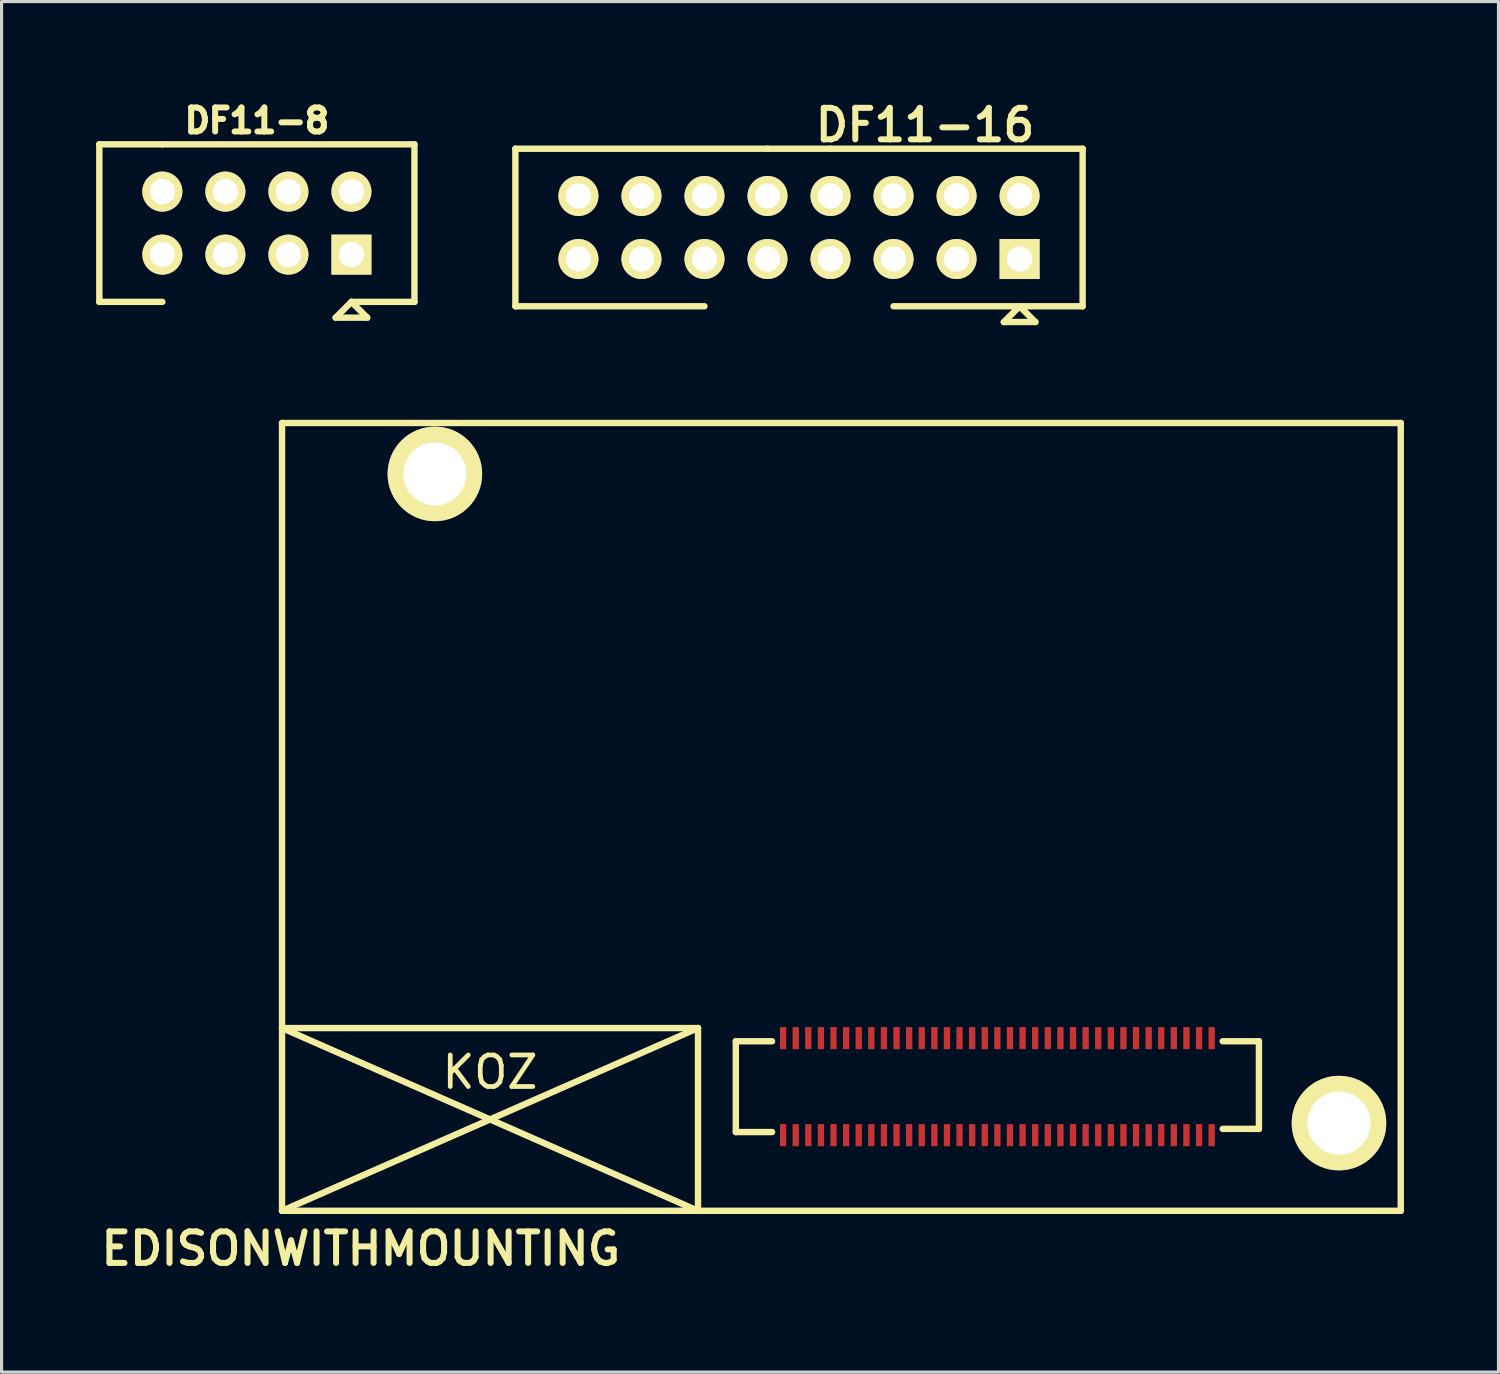
<source format=kicad_pcb>
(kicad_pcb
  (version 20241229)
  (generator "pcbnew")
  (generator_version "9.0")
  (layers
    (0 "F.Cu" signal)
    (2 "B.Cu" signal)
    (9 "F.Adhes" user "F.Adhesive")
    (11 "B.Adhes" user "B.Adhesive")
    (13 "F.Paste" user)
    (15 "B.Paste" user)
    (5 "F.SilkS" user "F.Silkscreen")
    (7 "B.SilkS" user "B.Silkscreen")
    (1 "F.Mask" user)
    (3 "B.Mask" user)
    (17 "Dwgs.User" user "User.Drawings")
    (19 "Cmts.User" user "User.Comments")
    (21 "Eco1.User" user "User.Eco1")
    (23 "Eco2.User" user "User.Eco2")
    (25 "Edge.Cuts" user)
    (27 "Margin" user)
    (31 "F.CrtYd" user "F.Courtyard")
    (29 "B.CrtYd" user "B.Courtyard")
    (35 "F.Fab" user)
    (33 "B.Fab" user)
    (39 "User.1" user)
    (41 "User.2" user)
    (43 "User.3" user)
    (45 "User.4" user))
  (footprint "EDISONWITHMOUNTING"
    (layer "F.Cu")
    (at 21.8 32.973)
    (property "Reference" "EDISONWITHMOUNTING" (at -13.4 3.6 0) (layer "F.SilkS") (effects (font (size 1 1) (thickness 0.191))))
    (attr through_hole)
    (fp_line (start -15.9 -22.6) (end -15.9 2.4) (stroke (width 0.203) (type solid)) (layer "F.SilkS"))
    (fp_line (start -15.9 2.4) (end -2.7 -3.4) (stroke (width 0.203) (type solid)) (layer "F.SilkS"))
    (fp_line (start -15.9 2.4) (end 19.6 2.4) (stroke (width 0.203) (type solid)) (layer "F.SilkS"))
    (fp_line (start -2.7 -3.4) (end -15.9 -3.4) (stroke (width 0.203) (type solid)) (layer "F.SilkS"))
    (fp_line (start -2.7 2.4) (end -15.9 -3.4) (stroke (width 0.203) (type solid)) (layer "F.SilkS"))
    (fp_line (start -2.7 2.4) (end -2.7 -3.4) (stroke (width 0.203) (type solid)) (layer "F.SilkS"))
    (fp_line (start -1.5 -2.98) (end -1.5 -0.1) (stroke (width 0.203) (type solid)) (layer "F.SilkS"))
    (fp_line (start -1.5 -0.1) (end -0.35 -0.1) (stroke (width 0.203) (type solid)) (layer "F.SilkS"))
    (fp_line (start -0.35 -2.98) (end -1.5 -2.98) (stroke (width 0.203) (type solid)) (layer "F.SilkS"))
    (fp_line (start 13.95 -2.98) (end 15.1 -2.98) (stroke (width 0.203) (type solid)) (layer "F.SilkS"))
    (fp_line (start 15.1 -2.98) (end 15.1 -0.2) (stroke (width 0.203) (type solid)) (layer "F.SilkS"))
    (fp_line (start 15.1 -0.2) (end 13.95 -0.2) (stroke (width 0.203) (type solid)) (layer "F.SilkS"))
    (fp_line (start 19.6 -22.6) (end -15.9 -22.6) (stroke (width 0.203) (type solid)) (layer "F.SilkS"))
    (fp_line (start 19.6 2.4) (end 19.6 -22.6) (stroke (width 0.203) (type solid)) (layer "F.SilkS"))
    (fp_text user "KOZ" (at -9.3 -2 0) (layer "F.SilkS") (effects (font (size 1 1) (thickness 0.15))))
    (pad "1" smd rect (at 0 0) (size 0.2 0.7) (layers "F.Cu" "F.Mask" "F.Paste"))
    (pad "2" smd rect (at 0 -3.08) (size 0.2 0.7) (layers "F.Cu" "F.Mask" "F.Paste"))
    (pad "3" smd rect (at 0.4 0) (size 0.2 0.7) (layers "F.Cu" "F.Mask" "F.Paste"))
    (pad "4" smd rect (at 0.4 -3.08) (size 0.2 0.7) (layers "F.Cu" "F.Mask" "F.Paste"))
    (pad "5" smd rect (at 0.8 0) (size 0.2 0.7) (layers "F.Cu" "F.Mask" "F.Paste"))
    (pad "6" smd rect (at 0.8 -3.08) (size 0.2 0.7) (layers "F.Cu" "F.Mask" "F.Paste"))
    (pad "7" smd rect (at 1.2 0) (size 0.2 0.7) (layers "F.Cu" "F.Mask" "F.Paste"))
    (pad "8" smd rect (at 1.2 -3.08) (size 0.2 0.7) (layers "F.Cu" "F.Mask" "F.Paste"))
    (pad "9" smd rect (at 1.6 0) (size 0.2 0.7) (layers "F.Cu" "F.Mask" "F.Paste"))
    (pad "10" smd rect (at 1.6 -3.08) (size 0.2 0.7) (layers "F.Cu" "F.Mask" "F.Paste"))
    (pad "11" smd rect (at 2 0) (size 0.2 0.7) (layers "F.Cu" "F.Mask" "F.Paste"))
    (pad "12" smd rect (at 2 -3.08) (size 0.2 0.7) (layers "F.Cu" "F.Mask" "F.Paste"))
    (pad "13" smd rect (at 2.4 0) (size 0.2 0.7) (layers "F.Cu" "F.Mask" "F.Paste"))
    (pad "14" smd rect (at 2.4 -3.08) (size 0.2 0.7) (layers "F.Cu" "F.Mask" "F.Paste"))
    (pad "15" smd rect (at 2.8 0) (size 0.2 0.7) (layers "F.Cu" "F.Mask" "F.Paste"))
    (pad "16" smd rect (at 2.8 -3.08) (size 0.2 0.7) (layers "F.Cu" "F.Mask" "F.Paste"))
    (pad "17" smd rect (at 3.2 0) (size 0.2 0.7) (layers "F.Cu" "F.Mask" "F.Paste"))
    (pad "18" smd rect (at 3.2 -3.08) (size 0.2 0.7) (layers "F.Cu" "F.Mask" "F.Paste"))
    (pad "19" smd rect (at 3.6 0) (size 0.2 0.7) (layers "F.Cu" "F.Mask" "F.Paste"))
    (pad "20" smd rect (at 3.6 -3.08) (size 0.2 0.7) (layers "F.Cu" "F.Mask" "F.Paste"))
    (pad "21" smd rect (at 4 0) (size 0.2 0.7) (layers "F.Cu" "F.Mask" "F.Paste"))
    (pad "22" smd rect (at 4 -3.08) (size 0.2 0.7) (layers "F.Cu" "F.Mask" "F.Paste"))
    (pad "23" smd rect (at 4.4 0) (size 0.2 0.7) (layers "F.Cu" "F.Mask" "F.Paste"))
    (pad "24" smd rect (at 4.4 -3.08) (size 0.2 0.7) (layers "F.Cu" "F.Mask" "F.Paste"))
    (pad "25" smd rect (at 4.8 0) (size 0.2 0.7) (layers "F.Cu" "F.Mask" "F.Paste"))
    (pad "26" smd rect (at 4.8 -3.08) (size 0.2 0.7) (layers "F.Cu" "F.Mask" "F.Paste"))
    (pad "27" smd rect (at 5.2 0) (size 0.2 0.7) (layers "F.Cu" "F.Mask" "F.Paste"))
    (pad "28" smd rect (at 5.2 -3.08) (size 0.2 0.7) (layers "F.Cu" "F.Mask" "F.Paste"))
    (pad "29" smd rect (at 5.6 0) (size 0.2 0.7) (layers "F.Cu" "F.Mask" "F.Paste"))
    (pad "30" smd rect (at 5.6 -3.08) (size 0.2 0.7) (layers "F.Cu" "F.Mask" "F.Paste"))
    (pad "31" smd rect (at 6 0) (size 0.2 0.7) (layers "F.Cu" "F.Mask" "F.Paste"))
    (pad "32" smd rect (at 6 -3.08) (size 0.2 0.7) (layers "F.Cu" "F.Mask" "F.Paste"))
    (pad "33" smd rect (at 6.4 0) (size 0.2 0.7) (layers "F.Cu" "F.Mask" "F.Paste"))
    (pad "34" smd rect (at 6.4 -3.08) (size 0.2 0.7) (layers "F.Cu" "F.Mask" "F.Paste"))
    (pad "35" smd rect (at 6.8 0) (size 0.2 0.7) (layers "F.Cu" "F.Mask" "F.Paste"))
    (pad "36" smd rect (at 6.8 -3.08) (size 0.2 0.7) (layers "F.Cu" "F.Mask" "F.Paste"))
    (pad "37" smd rect (at 7.2 0) (size 0.2 0.7) (layers "F.Cu" "F.Mask" "F.Paste"))
    (pad "38" smd rect (at 7.2 -3.08) (size 0.2 0.7) (layers "F.Cu" "F.Mask" "F.Paste"))
    (pad "39" smd rect (at 7.6 0) (size 0.2 0.7) (layers "F.Cu" "F.Mask" "F.Paste"))
    (pad "40" smd rect (at 7.6 -3.08) (size 0.2 0.7) (layers "F.Cu" "F.Mask" "F.Paste"))
    (pad "41" smd rect (at 8 0) (size 0.2 0.7) (layers "F.Cu" "F.Mask" "F.Paste"))
    (pad "42" smd rect (at 8 -3.08) (size 0.2 0.7) (layers "F.Cu" "F.Mask" "F.Paste"))
    (pad "43" smd rect (at 8.4 0) (size 0.2 0.7) (layers "F.Cu" "F.Mask" "F.Paste"))
    (pad "44" smd rect (at 8.4 -3.08) (size 0.2 0.7) (layers "F.Cu" "F.Mask" "F.Paste"))
    (pad "45" smd rect (at 8.8 0) (size 0.2 0.7) (layers "F.Cu" "F.Mask" "F.Paste"))
    (pad "46" smd rect (at 8.8 -3.08) (size 0.2 0.7) (layers "F.Cu" "F.Mask" "F.Paste"))
    (pad "47" smd rect (at 9.2 0) (size 0.2 0.7) (layers "F.Cu" "F.Mask" "F.Paste"))
    (pad "48" smd rect (at 9.2 -3.08) (size 0.2 0.7) (layers "F.Cu" "F.Mask" "F.Paste"))
    (pad "49" smd rect (at 9.6 0) (size 0.2 0.7) (layers "F.Cu" "F.Mask" "F.Paste"))
    (pad "50" smd rect (at 9.6 -3.08) (size 0.2 0.7) (layers "F.Cu" "F.Mask" "F.Paste"))
    (pad "51" smd rect (at 10 0) (size 0.2 0.7) (layers "F.Cu" "F.Mask" "F.Paste"))
    (pad "52" smd rect (at 10 -3.08) (size 0.2 0.7) (layers "F.Cu" "F.Mask" "F.Paste"))
    (pad "53" smd rect (at 10.4 0) (size 0.2 0.7) (layers "F.Cu" "F.Mask" "F.Paste"))
    (pad "54" smd rect (at 10.4 -3.08) (size 0.2 0.7) (layers "F.Cu" "F.Mask" "F.Paste"))
    (pad "55" smd rect (at 10.8 0) (size 0.2 0.7) (layers "F.Cu" "F.Mask" "F.Paste"))
    (pad "56" smd rect (at 10.8 -3.08) (size 0.2 0.7) (layers "F.Cu" "F.Mask" "F.Paste"))
    (pad "57" smd rect (at 11.2 0) (size 0.2 0.7) (layers "F.Cu" "F.Mask" "F.Paste"))
    (pad "58" smd rect (at 11.2 -3.08) (size 0.2 0.7) (layers "F.Cu" "F.Mask" "F.Paste"))
    (pad "59" smd rect (at 11.6 0) (size 0.2 0.7) (layers "F.Cu" "F.Mask" "F.Paste"))
    (pad "60" smd rect (at 11.6 -3.08) (size 0.2 0.7) (layers "F.Cu" "F.Mask" "F.Paste"))
    (pad "61" smd rect (at 12 0) (size 0.2 0.7) (layers "F.Cu" "F.Mask" "F.Paste"))
    (pad "62" smd rect (at 12 -3.08) (size 0.2 0.7) (layers "F.Cu" "F.Mask" "F.Paste"))
    (pad "63" smd rect (at 12.4 0) (size 0.2 0.7) (layers "F.Cu" "F.Mask" "F.Paste"))
    (pad "64" smd rect (at 12.4 -3.08) (size 0.2 0.7) (layers "F.Cu" "F.Mask" "F.Paste"))
    (pad "65" smd rect (at 12.8 0) (size 0.2 0.7) (layers "F.Cu" "F.Mask" "F.Paste"))
    (pad "66" smd rect (at 12.8 -3.08) (size 0.2 0.7) (layers "F.Cu" "F.Mask" "F.Paste"))
    (pad "67" smd rect (at 13.2 0) (size 0.2 0.7) (layers "F.Cu" "F.Mask" "F.Paste"))
    (pad "68" smd rect (at 13.2 -3.08) (size 0.2 0.7) (layers "F.Cu" "F.Mask" "F.Paste"))
    (pad "69" smd rect (at 13.6 0) (size 0.2 0.7) (layers "F.Cu" "F.Mask" "F.Paste"))
    (pad "70" smd rect (at 13.6 -3.08) (size 0.2 0.7) (layers "F.Cu" "F.Mask" "F.Paste"))
    (pad "MNT1" thru_hole circle (at 17.64 -0.384) (size 3 3) (drill 2) (layers "*.Cu" "*.Mask" "F.SilkS"))
    (pad "MNT2" thru_hole circle (at -11.05 -20.984) (size 3 3) (drill 2) (layers "*.Cu" "*.Mask" "F.SilkS")))
  (footprint "DF11-16"
    (layer "F.Cu")
    (at 29.305 5.169)
    (property "Reference" "DF11-16" (at -3 -4.25 0) (layer "F.SilkS") (effects (font (size 1 1) (thickness 0.191))))
    (attr through_hole)
    (fp_line (start -16 -3.5) (end -16 1.5) (stroke (width 0.203) (type solid)) (layer "F.SilkS"))
    (fp_line (start -16 1.5) (end -10 1.5) (stroke (width 0.203) (type solid)) (layer "F.SilkS"))
    (fp_line (start -8 -3.5) (end -16 -3.5) (stroke (width 0.203) (type solid)) (layer "F.SilkS"))
    (fp_line (start -6 -3.5) (end -8 -3.5) (stroke (width 0.203) (type solid)) (layer "F.SilkS"))
    (fp_line (start -6 -3.5) (end 2 -3.5) (stroke (width 0.203) (type solid)) (layer "F.SilkS"))
    (fp_line (start -0.5 2) (end 0.5 2) (stroke (width 0.203) (type solid)) (layer "F.SilkS"))
    (fp_line (start 0 1.5) (end -4 1.5) (stroke (width 0.203) (type solid)) (layer "F.SilkS"))
    (fp_line (start 0 1.5) (end -0.5 2) (stroke (width 0.203) (type solid)) (layer "F.SilkS"))
    (fp_line (start 0.5 2) (end 0 1.5) (stroke (width 0.203) (type solid)) (layer "F.SilkS"))
    (fp_line (start 2 -3.5) (end 2 1.5) (stroke (width 0.203) (type solid)) (layer "F.SilkS"))
    (fp_line (start 2 1.5) (end 0 1.5) (stroke (width 0.203) (type solid)) (layer "F.SilkS"))
    (pad "1" thru_hole rect (at 0 0) (size 1.27 1.27) (drill 0.8) (layers "*.Cu" "*.Mask" "F.SilkS"))
    (pad "2" thru_hole circle (at 0 -2) (size 1.27 1.27) (drill 0.8) (layers "*.Cu" "*.Mask" "F.SilkS"))
    (pad "3" thru_hole circle (at -2 0) (size 1.27 1.27) (drill 0.8) (layers "*.Cu" "*.Mask" "F.SilkS"))
    (pad "4" thru_hole circle (at -2 -2) (size 1.27 1.27) (drill 0.8) (layers "*.Cu" "*.Mask" "F.SilkS"))
    (pad "5" thru_hole circle (at -4 0) (size 1.27 1.27) (drill 0.8) (layers "*.Cu" "*.Mask" "F.SilkS"))
    (pad "6" thru_hole circle (at -4 -2) (size 1.27 1.27) (drill 0.8) (layers "*.Cu" "*.Mask" "F.SilkS"))
    (pad "7" thru_hole circle (at -6 0) (size 1.27 1.27) (drill 0.8) (layers "*.Cu" "*.Mask" "F.SilkS"))
    (pad "8" thru_hole circle (at -6 -2) (size 1.27 1.27) (drill 0.8) (layers "*.Cu" "*.Mask" "F.SilkS"))
    (pad "9" thru_hole circle (at -8 0) (size 1.27 1.27) (drill 0.8) (layers "*.Cu" "*.Mask" "F.SilkS"))
    (pad "10" thru_hole circle (at -8 -2) (size 1.27 1.27) (drill 0.8) (layers "*.Cu" "*.Mask" "F.SilkS"))
    (pad "11" thru_hole circle (at -10 0) (size 1.27 1.27) (drill 0.8) (layers "*.Cu" "*.Mask" "F.SilkS"))
    (pad "12" thru_hole circle (at -10 -2) (size 1.27 1.27) (drill 0.8) (layers "*.Cu" "*.Mask" "F.SilkS"))
    (pad "13" thru_hole circle (at -12 0) (size 1.27 1.27) (drill 0.8) (layers "*.Cu" "*.Mask" "F.SilkS"))
    (pad "14" thru_hole circle (at -12 -2) (size 1.27 1.27) (drill 0.8) (layers "*.Cu" "*.Mask" "F.SilkS"))
    (pad "15" thru_hole circle (at -14 0) (size 1.27 1.27) (drill 0.8) (layers "*.Cu" "*.Mask" "F.SilkS"))
    (pad "16" thru_hole circle (at -14 -2) (size 1.27 1.27) (drill 0.8) (layers "*.Cu" "*.Mask" "F.SilkS")))
  (footprint "DF11-8"
    (layer "F.Cu")
    (at 8.102 5.03)
    (property "Reference" "DF11-8" (at -3 -4.25 0) (layer "F.SilkS") (effects (font (size 0.762 0.762) (thickness 0.191))))
    (attr through_hole)
    (fp_line (start -8 -3.5) (end -8 1.5) (stroke (width 0.203) (type solid)) (layer "F.SilkS"))
    (fp_line (start -8 1.5) (end -6 1.5) (stroke (width 0.203) (type solid)) (layer "F.SilkS"))
    (fp_line (start -6 -3.5) (end -8 -3.5) (stroke (width 0.203) (type solid)) (layer "F.SilkS"))
    (fp_line (start -6 -3.5) (end 2 -3.5) (stroke (width 0.203) (type solid)) (layer "F.SilkS"))
    (fp_line (start -0.5 2) (end 0.5 2) (stroke (width 0.203) (type solid)) (layer "F.SilkS"))
    (fp_line (start 0 1.5) (end -0.5 2) (stroke (width 0.203) (type solid)) (layer "F.SilkS"))
    (fp_line (start 0.5 2) (end 0 1.5) (stroke (width 0.203) (type solid)) (layer "F.SilkS"))
    (fp_line (start 2 -3.5) (end 2 1.5) (stroke (width 0.203) (type solid)) (layer "F.SilkS"))
    (fp_line (start 2 1.5) (end 0 1.5) (stroke (width 0.203) (type solid)) (layer "F.SilkS"))
    (pad "1" thru_hole rect (at 0 0) (size 1.27 1.27) (drill 0.8) (layers "*.Cu" "*.Mask" "F.SilkS"))
    (pad "2" thru_hole circle (at 0 -2) (size 1.27 1.27) (drill 0.8) (layers "*.Cu" "*.Mask" "F.SilkS"))
    (pad "3" thru_hole circle (at -2 0) (size 1.27 1.27) (drill 0.8) (layers "*.Cu" "*.Mask" "F.SilkS"))
    (pad "4" thru_hole circle (at -2 -2) (size 1.27 1.27) (drill 0.8) (layers "*.Cu" "*.Mask" "F.SilkS"))
    (pad "5" thru_hole circle (at -4 0) (size 1.27 1.27) (drill 0.8) (layers "*.Cu" "*.Mask" "F.SilkS"))
    (pad "6" thru_hole circle (at -4 -2) (size 1.27 1.27) (drill 0.8) (layers "*.Cu" "*.Mask" "F.SilkS"))
    (pad "7" thru_hole circle (at -6 0) (size 1.27 1.27) (drill 0.8) (layers "*.Cu" "*.Mask" "F.SilkS"))
    (pad "8" thru_hole circle (at -6 -2) (size 1.27 1.27) (drill 0.8) (layers "*.Cu" "*.Mask" "F.SilkS")))
  (gr_rect
    (start -3 -3)
    (end 44.502 40.492)
    (stroke (width 0.1) (type default))
    (fill no)
    (layer "Edge.Cuts")))
</source>
